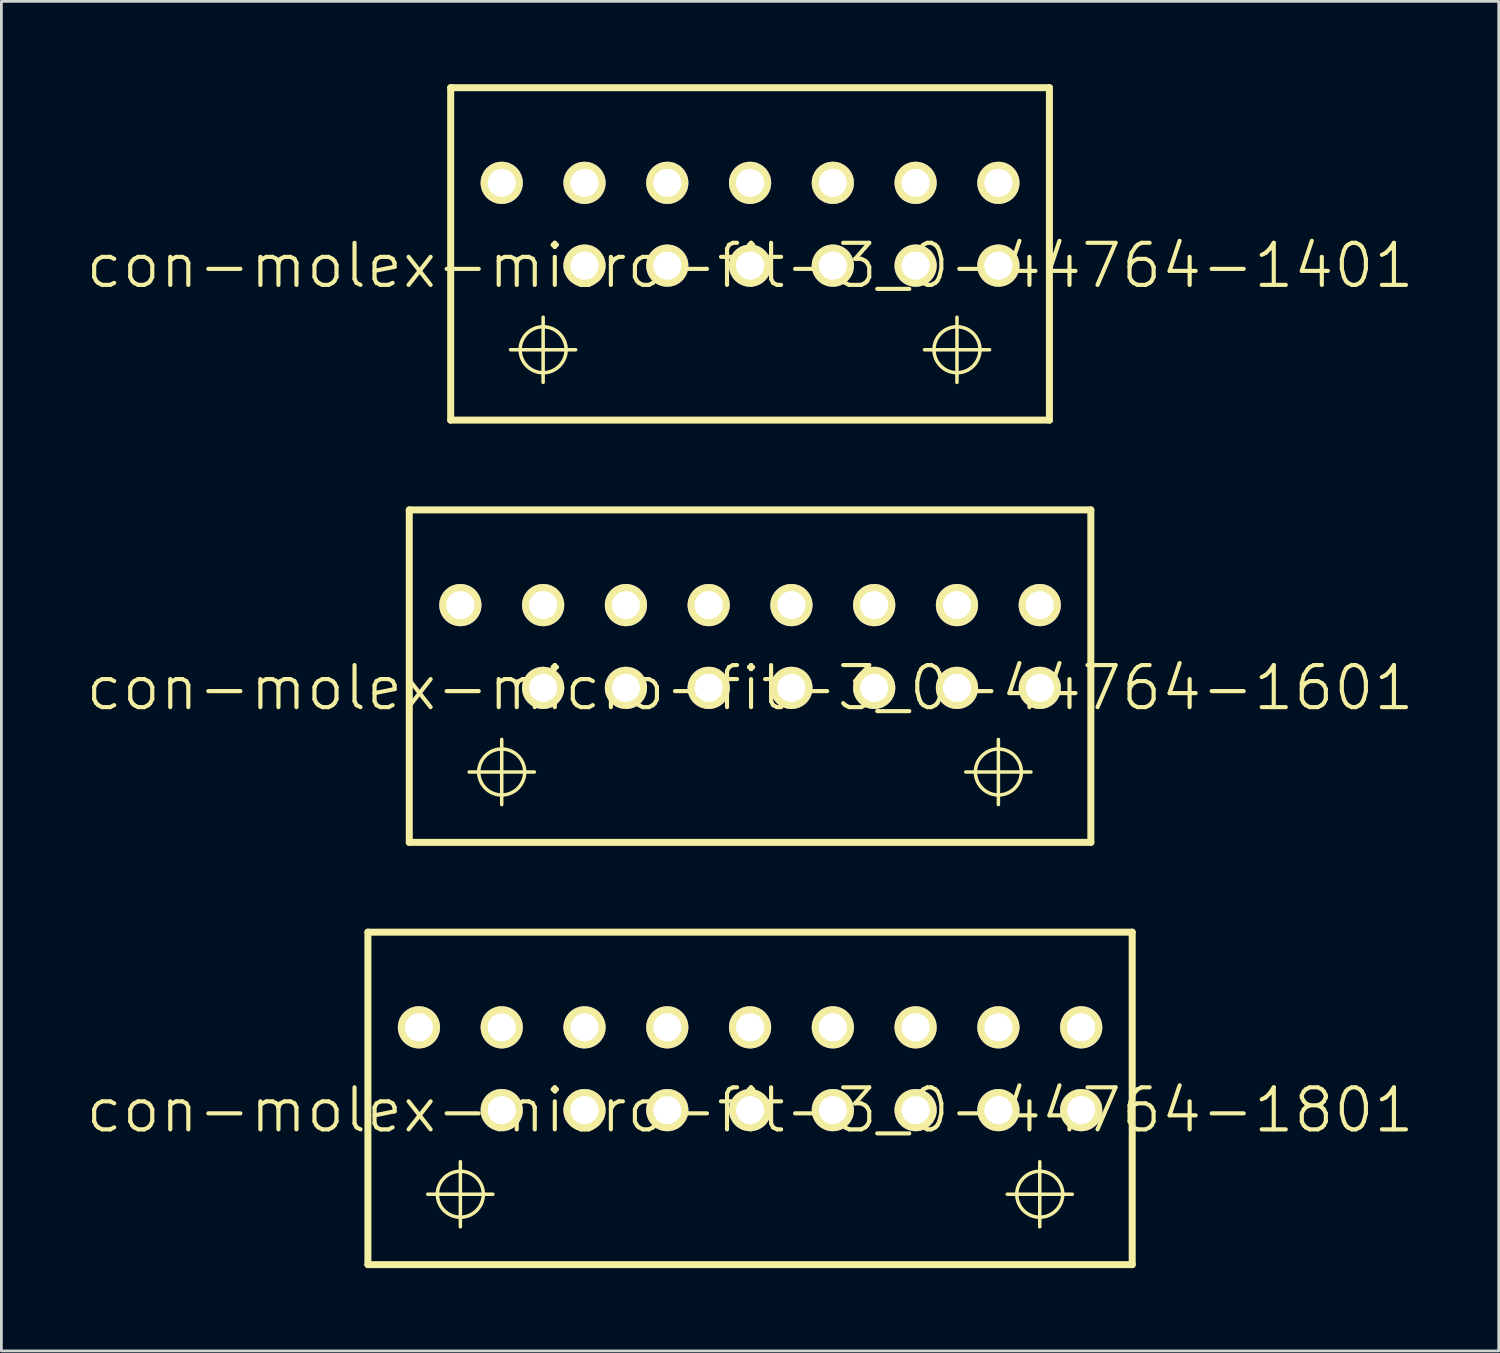
<source format=kicad_pcb>
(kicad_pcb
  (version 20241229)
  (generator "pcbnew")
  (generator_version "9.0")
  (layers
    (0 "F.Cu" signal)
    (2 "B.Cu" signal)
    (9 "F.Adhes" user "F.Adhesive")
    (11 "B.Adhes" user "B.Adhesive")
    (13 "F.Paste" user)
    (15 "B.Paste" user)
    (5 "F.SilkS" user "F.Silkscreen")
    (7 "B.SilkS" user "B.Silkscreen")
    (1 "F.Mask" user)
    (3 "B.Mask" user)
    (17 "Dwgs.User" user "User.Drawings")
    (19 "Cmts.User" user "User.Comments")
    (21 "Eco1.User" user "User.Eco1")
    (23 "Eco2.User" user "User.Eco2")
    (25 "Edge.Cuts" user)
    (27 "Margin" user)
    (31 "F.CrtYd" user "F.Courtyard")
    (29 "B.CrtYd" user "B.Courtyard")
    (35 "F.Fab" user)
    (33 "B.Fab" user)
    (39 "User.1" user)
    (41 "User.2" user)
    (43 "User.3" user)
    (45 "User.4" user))
  (footprint "con-molex-micro-fit-3_0-44764-1801"
    (layer "F.Cu")
    (at 24.13 37.178)
    (property "Reference" "con-molex-micro-fit-3_0-44764-1801" (at 0 0 0) (layer "F.SilkS") (effects (font (size 1.524 1.524) (thickness 0.15))))
    (attr exclude_from_pos_files exclude_from_bom)
    (fp_line (start -13.848 -6.449) (end 13.848 -6.449) (stroke (width 0.254) (type solid)) (layer "F.SilkS"))
    (fp_line (start -13.848 5.598) (end -13.848 -6.449) (stroke (width 0.254) (type solid)) (layer "F.SilkS"))
    (fp_line (start -11.679 3.048) (end -9.319 3.048) (stroke (width 0.127) (type solid)) (layer "F.SilkS"))
    (fp_line (start -10.498 4.229) (end -10.498 1.869) (stroke (width 0.127) (type solid)) (layer "F.SilkS"))
    (fp_line (start 9.319 3.048) (end 11.679 3.048) (stroke (width 0.127) (type solid)) (layer "F.SilkS"))
    (fp_line (start 10.498 4.229) (end 10.498 1.869) (stroke (width 0.127) (type solid)) (layer "F.SilkS"))
    (fp_line (start 13.848 -6.449) (end 13.848 5.598) (stroke (width 0.254) (type solid)) (layer "F.SilkS"))
    (fp_line (start 13.848 5.598) (end -13.848 5.598) (stroke (width 0.254) (type solid)) (layer "F.SilkS"))
    (fp_circle (center -10.498 3.048) (end -11.087 3.637) (stroke (width 0.127) (type solid)) (fill no) (layer "F.SilkS"))
    (fp_circle (center 10.498 3.048) (end 11.087 3.637) (stroke (width 0.127) (type solid)) (fill no) (layer "F.SilkS"))
    (pad "P$1" thru_hole rect (at -11.999 0) (size 0.001 0.001) (drill 1.019) (layers "*.Cu" "F.Mask" "F.SilkS" "F.Paste"))
    (pad "P$2" thru_hole circle (at -8.999 0) (size 1.529 1.529) (drill 1.019) (layers "*.Cu" "F.Mask" "F.SilkS" "F.Paste"))
    (pad "P$3" thru_hole circle (at -5.999 0) (size 1.529 1.529) (drill 1.019) (layers "*.Cu" "F.Mask" "F.SilkS" "F.Paste"))
    (pad "P$4" thru_hole circle (at -3 0) (size 1.529 1.529) (drill 1.019) (layers "*.Cu" "F.Mask" "F.SilkS" "F.Paste"))
    (pad "P$5" thru_hole circle (at 0 0) (size 1.529 1.529) (drill 1.019) (layers "*.Cu" "F.Mask" "F.SilkS" "F.Paste"))
    (pad "P$6" thru_hole circle (at 3 0) (size 1.529 1.529) (drill 1.019) (layers "*.Cu" "F.Mask" "F.SilkS" "F.Paste"))
    (pad "P$7" thru_hole circle (at 5.999 0) (size 1.529 1.529) (drill 1.019) (layers "*.Cu" "F.Mask" "F.SilkS" "F.Paste"))
    (pad "P$8" thru_hole circle (at 8.999 0) (size 1.529 1.529) (drill 1.019) (layers "*.Cu" "F.Mask" "F.SilkS" "F.Paste"))
    (pad "P$9" thru_hole circle (at 11.999 0) (size 1.529 1.529) (drill 1.019) (layers "*.Cu" "F.Mask" "F.SilkS" "F.Paste"))
    (pad "P$10" thru_hole circle (at -11.999 -3) (size 1.529 1.529) (drill 1.019) (layers "*.Cu" "F.Mask" "F.SilkS" "F.Paste"))
    (pad "P$11" thru_hole circle (at -8.999 -3) (size 1.529 1.529) (drill 1.019) (layers "*.Cu" "F.Mask" "F.SilkS" "F.Paste"))
    (pad "P$12" thru_hole circle (at -5.999 -3) (size 1.529 1.529) (drill 1.019) (layers "*.Cu" "F.Mask" "F.SilkS" "F.Paste"))
    (pad "P$13" thru_hole circle (at -3 -3) (size 1.529 1.529) (drill 1.019) (layers "*.Cu" "F.Mask" "F.SilkS" "F.Paste"))
    (pad "P$14" thru_hole circle (at 0 -3) (size 1.529 1.529) (drill 1.019) (layers "*.Cu" "F.Mask" "F.SilkS" "F.Paste"))
    (pad "P$15" thru_hole circle (at 3 -3) (size 1.529 1.529) (drill 1.019) (layers "*.Cu" "F.Mask" "F.SilkS" "F.Paste"))
    (pad "P$16" thru_hole circle (at 5.999 -3) (size 1.529 1.529) (drill 1.019) (layers "*.Cu" "F.Mask" "F.SilkS" "F.Paste"))
    (pad "P$17" thru_hole circle (at 8.999 -3) (size 1.529 1.529) (drill 1.019) (layers "*.Cu" "F.Mask" "F.SilkS" "F.Paste"))
    (pad "P$18" thru_hole circle (at 11.999 -3) (size 1.529 1.529) (drill 1.019) (layers "*.Cu" "F.Mask" "F.SilkS" "F.Paste")))
  (footprint "con-molex-micro-fit-3_0-44764-1401"
    (layer "F.Cu")
    (at 24.13 6.576)
    (property "Reference" "con-molex-micro-fit-3_0-44764-1401" (at 0 0 0) (layer "F.SilkS") (effects (font (size 1.524 1.524) (thickness 0.15))))
    (attr exclude_from_pos_files exclude_from_bom)
    (fp_line (start -10.848 -6.449) (end 10.848 -6.449) (stroke (width 0.254) (type solid)) (layer "F.SilkS"))
    (fp_line (start -10.848 5.598) (end -10.848 -6.449) (stroke (width 0.254) (type solid)) (layer "F.SilkS"))
    (fp_line (start -8.679 3.048) (end -6.32 3.048) (stroke (width 0.127) (type solid)) (layer "F.SilkS"))
    (fp_line (start -7.498 4.229) (end -7.498 1.869) (stroke (width 0.127) (type solid)) (layer "F.SilkS"))
    (fp_line (start 6.32 3.048) (end 8.679 3.048) (stroke (width 0.127) (type solid)) (layer "F.SilkS"))
    (fp_line (start 7.498 4.229) (end 7.498 1.869) (stroke (width 0.127) (type solid)) (layer "F.SilkS"))
    (fp_line (start 10.848 -6.449) (end 10.848 5.598) (stroke (width 0.254) (type solid)) (layer "F.SilkS"))
    (fp_line (start 10.848 5.598) (end -10.848 5.598) (stroke (width 0.254) (type solid)) (layer "F.SilkS"))
    (fp_circle (center -7.498 3.048) (end -8.087 3.637) (stroke (width 0.127) (type solid)) (fill no) (layer "F.SilkS"))
    (fp_circle (center 7.498 3.048) (end 8.087 3.637) (stroke (width 0.127) (type solid)) (fill no) (layer "F.SilkS"))
    (pad "P$1" thru_hole rect (at -8.999 0) (size 0.001 0.001) (drill 1.019) (layers "*.Cu" "F.Mask" "F.SilkS" "F.Paste"))
    (pad "P$2" thru_hole circle (at -5.999 0) (size 1.529 1.529) (drill 1.019) (layers "*.Cu" "F.Mask" "F.SilkS" "F.Paste"))
    (pad "P$3" thru_hole circle (at -3 0) (size 1.529 1.529) (drill 1.019) (layers "*.Cu" "F.Mask" "F.SilkS" "F.Paste"))
    (pad "P$4" thru_hole circle (at 0 0) (size 1.529 1.529) (drill 1.019) (layers "*.Cu" "F.Mask" "F.SilkS" "F.Paste"))
    (pad "P$5" thru_hole circle (at 3 0) (size 1.529 1.529) (drill 1.019) (layers "*.Cu" "F.Mask" "F.SilkS" "F.Paste"))
    (pad "P$6" thru_hole circle (at 5.999 0) (size 1.529 1.529) (drill 1.019) (layers "*.Cu" "F.Mask" "F.SilkS" "F.Paste"))
    (pad "P$7" thru_hole circle (at 8.999 0) (size 1.529 1.529) (drill 1.019) (layers "*.Cu" "F.Mask" "F.SilkS" "F.Paste"))
    (pad "P$8" thru_hole circle (at -8.999 -3) (size 1.529 1.529) (drill 1.019) (layers "*.Cu" "F.Mask" "F.SilkS" "F.Paste"))
    (pad "P$9" thru_hole circle (at -5.999 -3) (size 1.529 1.529) (drill 1.019) (layers "*.Cu" "F.Mask" "F.SilkS" "F.Paste"))
    (pad "P$10" thru_hole circle (at -3 -3) (size 1.529 1.529) (drill 1.019) (layers "*.Cu" "F.Mask" "F.SilkS" "F.Paste"))
    (pad "P$11" thru_hole circle (at 0 -3) (size 1.529 1.529) (drill 1.019) (layers "*.Cu" "F.Mask" "F.SilkS" "F.Paste"))
    (pad "P$12" thru_hole circle (at 3 -3) (size 1.529 1.529) (drill 1.019) (layers "*.Cu" "F.Mask" "F.SilkS" "F.Paste"))
    (pad "P$13" thru_hole circle (at 5.999 -3) (size 1.529 1.529) (drill 1.019) (layers "*.Cu" "F.Mask" "F.SilkS" "F.Paste"))
    (pad "P$14" thru_hole circle (at 8.999 -3) (size 1.529 1.529) (drill 1.019) (layers "*.Cu" "F.Mask" "F.SilkS" "F.Paste")))
  (footprint "con-molex-micro-fit-3_0-44764-1601"
    (layer "F.Cu")
    (at 24.13 21.877)
    (property "Reference" "con-molex-micro-fit-3_0-44764-1601" (at 0 0 0) (layer "F.SilkS") (effects (font (size 1.524 1.524) (thickness 0.15))))
    (attr exclude_from_pos_files exclude_from_bom)
    (fp_line (start -12.349 -6.449) (end 12.349 -6.449) (stroke (width 0.254) (type solid)) (layer "F.SilkS"))
    (fp_line (start -12.349 5.598) (end -12.349 -6.449) (stroke (width 0.254) (type solid)) (layer "F.SilkS"))
    (fp_line (start -10.178 3.048) (end -7.818 3.048) (stroke (width 0.127) (type solid)) (layer "F.SilkS"))
    (fp_line (start -8.999 4.229) (end -8.999 1.869) (stroke (width 0.127) (type solid)) (layer "F.SilkS"))
    (fp_line (start 7.818 3.048) (end 10.178 3.048) (stroke (width 0.127) (type solid)) (layer "F.SilkS"))
    (fp_line (start 8.999 4.229) (end 8.999 1.869) (stroke (width 0.127) (type solid)) (layer "F.SilkS"))
    (fp_line (start 12.349 -6.449) (end 12.349 5.598) (stroke (width 0.254) (type solid)) (layer "F.SilkS"))
    (fp_line (start 12.349 5.598) (end -12.349 5.598) (stroke (width 0.254) (type solid)) (layer "F.SilkS"))
    (fp_circle (center -8.999 3.048) (end -9.588 3.637) (stroke (width 0.127) (type solid)) (fill no) (layer "F.SilkS"))
    (fp_circle (center 8.999 3.048) (end 9.588 3.637) (stroke (width 0.127) (type solid)) (fill no) (layer "F.SilkS"))
    (pad "P$1" thru_hole rect (at -10.498 0) (size 0.001 0.001) (drill 1.019) (layers "*.Cu" "F.Mask" "F.SilkS" "F.Paste"))
    (pad "P$2" thru_hole circle (at -7.498 0) (size 1.529 1.529) (drill 1.019) (layers "*.Cu" "F.Mask" "F.SilkS" "F.Paste"))
    (pad "P$3" thru_hole circle (at -4.498 0) (size 1.529 1.529) (drill 1.019) (layers "*.Cu" "F.Mask" "F.SilkS" "F.Paste"))
    (pad "P$4" thru_hole circle (at -1.499 0) (size 1.529 1.529) (drill 1.019) (layers "*.Cu" "F.Mask" "F.SilkS" "F.Paste"))
    (pad "P$5" thru_hole circle (at 1.499 0) (size 1.529 1.529) (drill 1.019) (layers "*.Cu" "F.Mask" "F.SilkS" "F.Paste"))
    (pad "P$6" thru_hole circle (at 4.498 0) (size 1.529 1.529) (drill 1.019) (layers "*.Cu" "F.Mask" "F.SilkS" "F.Paste"))
    (pad "P$7" thru_hole circle (at 7.498 0) (size 1.529 1.529) (drill 1.019) (layers "*.Cu" "F.Mask" "F.SilkS" "F.Paste"))
    (pad "P$8" thru_hole circle (at 10.498 0) (size 1.529 1.529) (drill 1.019) (layers "*.Cu" "F.Mask" "F.SilkS" "F.Paste"))
    (pad "P$9" thru_hole circle (at -10.498 -3) (size 1.529 1.529) (drill 1.019) (layers "*.Cu" "F.Mask" "F.SilkS" "F.Paste"))
    (pad "P$10" thru_hole circle (at -7.498 -3) (size 1.529 1.529) (drill 1.019) (layers "*.Cu" "F.Mask" "F.SilkS" "F.Paste"))
    (pad "P$11" thru_hole circle (at -4.498 -3) (size 1.529 1.529) (drill 1.019) (layers "*.Cu" "F.Mask" "F.SilkS" "F.Paste"))
    (pad "P$12" thru_hole circle (at -1.499 -3) (size 1.529 1.529) (drill 1.019) (layers "*.Cu" "F.Mask" "F.SilkS" "F.Paste"))
    (pad "P$13" thru_hole circle (at 1.499 -3) (size 1.529 1.529) (drill 1.019) (layers "*.Cu" "F.Mask" "F.SilkS" "F.Paste"))
    (pad "P$14" thru_hole circle (at 4.498 -3) (size 1.529 1.529) (drill 1.019) (layers "*.Cu" "F.Mask" "F.SilkS" "F.Paste"))
    (pad "P$15" thru_hole circle (at 7.498 -3) (size 1.529 1.529) (drill 1.019) (layers "*.Cu" "F.Mask" "F.SilkS" "F.Paste"))
    (pad "P$16" thru_hole circle (at 10.498 -3) (size 1.529 1.529) (drill 1.019) (layers "*.Cu" "F.Mask" "F.SilkS" "F.Paste")))
  (gr_rect
    (start -3 -3)
    (end 51.26 45.904)
    (stroke (width 0.1) (type default))
    (fill no)
    (layer "Edge.Cuts")))
</source>
